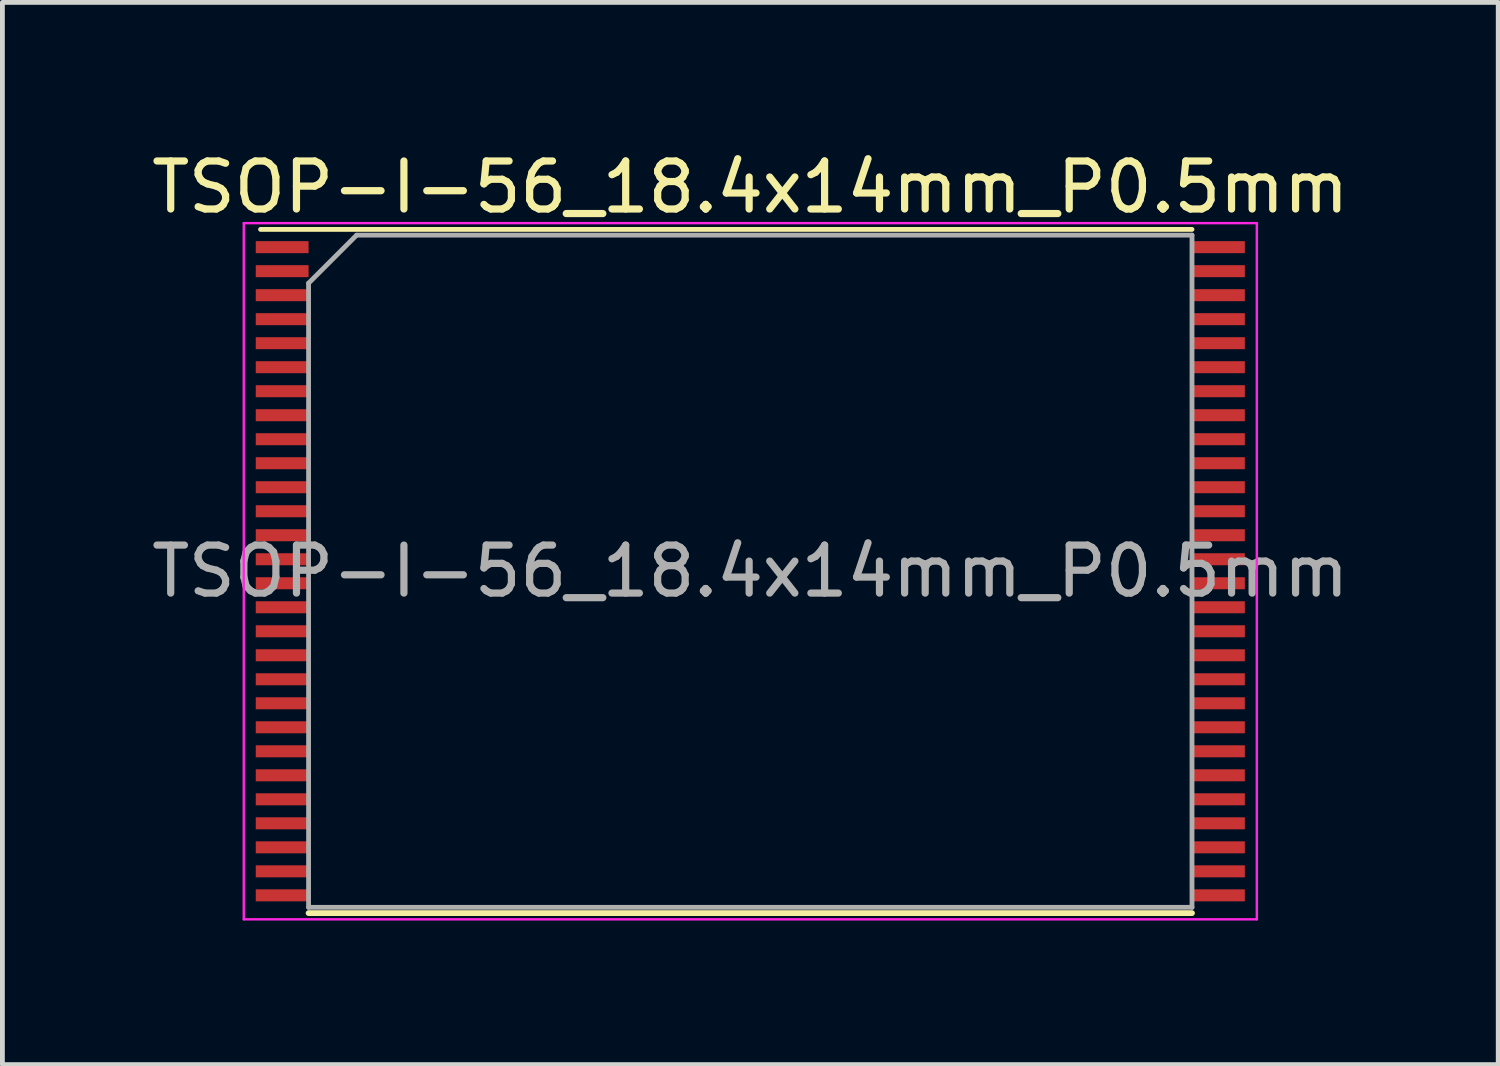
<source format=kicad_pcb>
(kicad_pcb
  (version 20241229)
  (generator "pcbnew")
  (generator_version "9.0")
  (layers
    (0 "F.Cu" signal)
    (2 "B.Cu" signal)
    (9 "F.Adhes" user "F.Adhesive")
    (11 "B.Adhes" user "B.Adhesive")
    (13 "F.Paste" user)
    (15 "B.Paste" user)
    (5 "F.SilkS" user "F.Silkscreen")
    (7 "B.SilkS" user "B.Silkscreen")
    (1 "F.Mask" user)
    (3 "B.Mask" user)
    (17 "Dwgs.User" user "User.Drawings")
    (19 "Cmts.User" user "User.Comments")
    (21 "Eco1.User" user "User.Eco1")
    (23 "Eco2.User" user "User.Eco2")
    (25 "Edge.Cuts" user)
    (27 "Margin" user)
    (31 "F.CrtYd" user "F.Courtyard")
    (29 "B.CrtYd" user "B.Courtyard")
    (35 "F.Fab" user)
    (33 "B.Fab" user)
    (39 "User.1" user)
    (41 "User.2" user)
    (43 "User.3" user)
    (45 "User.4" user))
  (footprint "TSOP-I-56_18.4x14mm_P0.5mm"
    (layer "F.Cu")
    (at 12.577 8.848)
    (property "Reference" "TSOP-I-56_18.4x14mm_P0.5mm" (at 0 -8 0) (layer "F.SilkS") (effects (font (size 1 1) (thickness 0.15))))
    (attr smd)
    (fp_line (start -9.2 7.12) (end 9.2 7.12) (stroke (width 0.12) (type solid)) (layer "F.SilkS"))
    (fp_line (start 9.2 -7.12) (end -10.2 -7.12) (stroke (width 0.1) (type solid)) (layer "F.SilkS"))
    (fp_line (start -10.55 -7.25) (end 10.55 -7.25) (stroke (width 0.05) (type solid)) (layer "F.CrtYd"))
    (fp_line (start -10.55 7.25) (end -10.55 -7.25) (stroke (width 0.05) (type solid)) (layer "F.CrtYd"))
    (fp_line (start 10.55 -7.25) (end 10.55 7.25) (stroke (width 0.05) (type solid)) (layer "F.CrtYd"))
    (fp_line (start 10.55 7.25) (end -10.55 7.25) (stroke (width 0.05) (type solid)) (layer "F.CrtYd"))
    (fp_line (start -9.2 7) (end -9.2 -6) (stroke (width 0.1) (type solid)) (layer "F.Fab"))
    (fp_line (start -8.2 -7) (end -9.2 -6) (stroke (width 0.1) (type solid)) (layer "F.Fab"))
    (fp_line (start -8.2 -7) (end 9.2 -7) (stroke (width 0.1) (type solid)) (layer "F.Fab"))
    (fp_line (start 9.2 -7) (end 9.2 7) (stroke (width 0.1) (type solid)) (layer "F.Fab"))
    (fp_line (start 9.2 7) (end -9.2 7) (stroke (width 0.1) (type solid)) (layer "F.Fab"))
    (fp_text user "${REFERENCE}" (at 0 0 0) (layer "F.Fab") (effects (font (size 1 1) (thickness 0.15))))
    (pad "1" smd rect (at -9.75 -6.75) (size 1.1 0.25) (layers "F.Cu" "F.Mask" "F.Paste"))
    (pad "2" smd rect (at -9.75 -6.25) (size 1.1 0.25) (layers "F.Cu" "F.Mask" "F.Paste"))
    (pad "3" smd rect (at -9.75 -5.75) (size 1.1 0.25) (layers "F.Cu" "F.Mask" "F.Paste"))
    (pad "4" smd rect (at -9.75 -5.25) (size 1.1 0.25) (layers "F.Cu" "F.Mask" "F.Paste"))
    (pad "5" smd rect (at -9.75 -4.75) (size 1.1 0.25) (layers "F.Cu" "F.Mask" "F.Paste"))
    (pad "6" smd rect (at -9.75 -4.25) (size 1.1 0.25) (layers "F.Cu" "F.Mask" "F.Paste"))
    (pad "7" smd rect (at -9.75 -3.75) (size 1.1 0.25) (layers "F.Cu" "F.Mask" "F.Paste"))
    (pad "8" smd rect (at -9.75 -3.25) (size 1.1 0.25) (layers "F.Cu" "F.Mask" "F.Paste"))
    (pad "9" smd rect (at -9.75 -2.75) (size 1.1 0.25) (layers "F.Cu" "F.Mask" "F.Paste"))
    (pad "10" smd rect (at -9.75 -2.25) (size 1.1 0.25) (layers "F.Cu" "F.Mask" "F.Paste"))
    (pad "11" smd rect (at -9.75 -1.75) (size 1.1 0.25) (layers "F.Cu" "F.Mask" "F.Paste"))
    (pad "12" smd rect (at -9.75 -1.25) (size 1.1 0.25) (layers "F.Cu" "F.Mask" "F.Paste"))
    (pad "13" smd rect (at -9.75 -0.75) (size 1.1 0.25) (layers "F.Cu" "F.Mask" "F.Paste"))
    (pad "14" smd rect (at -9.75 -0.25) (size 1.1 0.25) (layers "F.Cu" "F.Mask" "F.Paste"))
    (pad "15" smd rect (at -9.75 0.25) (size 1.1 0.25) (layers "F.Cu" "F.Mask" "F.Paste"))
    (pad "16" smd rect (at -9.75 0.75) (size 1.1 0.25) (layers "F.Cu" "F.Mask" "F.Paste"))
    (pad "17" smd rect (at -9.75 1.25) (size 1.1 0.25) (layers "F.Cu" "F.Mask" "F.Paste"))
    (pad "18" smd rect (at -9.75 1.75) (size 1.1 0.25) (layers "F.Cu" "F.Mask" "F.Paste"))
    (pad "19" smd rect (at -9.75 2.25) (size 1.1 0.25) (layers "F.Cu" "F.Mask" "F.Paste"))
    (pad "20" smd rect (at -9.75 2.75) (size 1.1 0.25) (layers "F.Cu" "F.Mask" "F.Paste"))
    (pad "21" smd rect (at -9.75 3.25) (size 1.1 0.25) (layers "F.Cu" "F.Mask" "F.Paste"))
    (pad "22" smd rect (at -9.75 3.75) (size 1.1 0.25) (layers "F.Cu" "F.Mask" "F.Paste"))
    (pad "23" smd rect (at -9.75 4.25) (size 1.1 0.25) (layers "F.Cu" "F.Mask" "F.Paste"))
    (pad "24" smd rect (at -9.75 4.75) (size 1.1 0.25) (layers "F.Cu" "F.Mask" "F.Paste"))
    (pad "25" smd rect (at -9.75 5.25) (size 1.1 0.25) (layers "F.Cu" "F.Mask" "F.Paste"))
    (pad "26" smd rect (at -9.75 5.75) (size 1.1 0.25) (layers "F.Cu" "F.Mask" "F.Paste"))
    (pad "27" smd rect (at -9.75 6.25) (size 1.1 0.25) (layers "F.Cu" "F.Mask" "F.Paste"))
    (pad "28" smd rect (at -9.75 6.75) (size 1.1 0.25) (layers "F.Cu" "F.Mask" "F.Paste"))
    (pad "29" smd rect (at 9.75 6.75) (size 1.1 0.25) (layers "F.Cu" "F.Mask" "F.Paste"))
    (pad "30" smd rect (at 9.75 6.25) (size 1.1 0.25) (layers "F.Cu" "F.Mask" "F.Paste"))
    (pad "31" smd rect (at 9.75 5.75) (size 1.1 0.25) (layers "F.Cu" "F.Mask" "F.Paste"))
    (pad "32" smd rect (at 9.75 5.25) (size 1.1 0.25) (layers "F.Cu" "F.Mask" "F.Paste"))
    (pad "33" smd rect (at 9.75 4.75) (size 1.1 0.25) (layers "F.Cu" "F.Mask" "F.Paste"))
    (pad "34" smd rect (at 9.75 4.25) (size 1.1 0.25) (layers "F.Cu" "F.Mask" "F.Paste"))
    (pad "35" smd rect (at 9.75 3.75) (size 1.1 0.25) (layers "F.Cu" "F.Mask" "F.Paste"))
    (pad "36" smd rect (at 9.75 3.25) (size 1.1 0.25) (layers "F.Cu" "F.Mask" "F.Paste"))
    (pad "37" smd rect (at 9.75 2.75) (size 1.1 0.25) (layers "F.Cu" "F.Mask" "F.Paste"))
    (pad "38" smd rect (at 9.75 2.25) (size 1.1 0.25) (layers "F.Cu" "F.Mask" "F.Paste"))
    (pad "39" smd rect (at 9.75 1.75) (size 1.1 0.25) (layers "F.Cu" "F.Mask" "F.Paste"))
    (pad "40" smd rect (at 9.75 1.25) (size 1.1 0.25) (layers "F.Cu" "F.Mask" "F.Paste"))
    (pad "41" smd rect (at 9.75 0.75) (size 1.1 0.25) (layers "F.Cu" "F.Mask" "F.Paste"))
    (pad "42" smd rect (at 9.75 0.25) (size 1.1 0.25) (layers "F.Cu" "F.Mask" "F.Paste"))
    (pad "43" smd rect (at 9.75 -0.25) (size 1.1 0.25) (layers "F.Cu" "F.Mask" "F.Paste"))
    (pad "44" smd rect (at 9.75 -0.75) (size 1.1 0.25) (layers "F.Cu" "F.Mask" "F.Paste"))
    (pad "45" smd rect (at 9.75 -1.25) (size 1.1 0.25) (layers "F.Cu" "F.Mask" "F.Paste"))
    (pad "46" smd rect (at 9.75 -1.75) (size 1.1 0.25) (layers "F.Cu" "F.Mask" "F.Paste"))
    (pad "47" smd rect (at 9.75 -2.25) (size 1.1 0.25) (layers "F.Cu" "F.Mask" "F.Paste"))
    (pad "48" smd rect (at 9.75 -2.75) (size 1.1 0.25) (layers "F.Cu" "F.Mask" "F.Paste"))
    (pad "49" smd rect (at 9.75 -3.25) (size 1.1 0.25) (layers "F.Cu" "F.Mask" "F.Paste"))
    (pad "50" smd rect (at 9.75 -3.75) (size 1.1 0.25) (layers "F.Cu" "F.Mask" "F.Paste"))
    (pad "51" smd rect (at 9.75 -4.25) (size 1.1 0.25) (layers "F.Cu" "F.Mask" "F.Paste"))
    (pad "52" smd rect (at 9.75 -4.75) (size 1.1 0.25) (layers "F.Cu" "F.Mask" "F.Paste"))
    (pad "53" smd rect (at 9.75 -5.25) (size 1.1 0.25) (layers "F.Cu" "F.Mask" "F.Paste"))
    (pad "54" smd rect (at 9.75 -5.75) (size 1.1 0.25) (layers "F.Cu" "F.Mask" "F.Paste"))
    (pad "55" smd rect (at 9.75 -6.25) (size 1.1 0.25) (layers "F.Cu" "F.Mask" "F.Paste"))
    (pad "56" smd rect (at 9.75 -6.75) (size 1.1 0.25) (layers "F.Cu" "F.Mask" "F.Paste")))
  (gr_rect
    (start -3 -3)
    (end 28.155 19.123)
    (stroke (width 0.1) (type default))
    (fill no)
    (layer "Edge.Cuts")))
</source>
